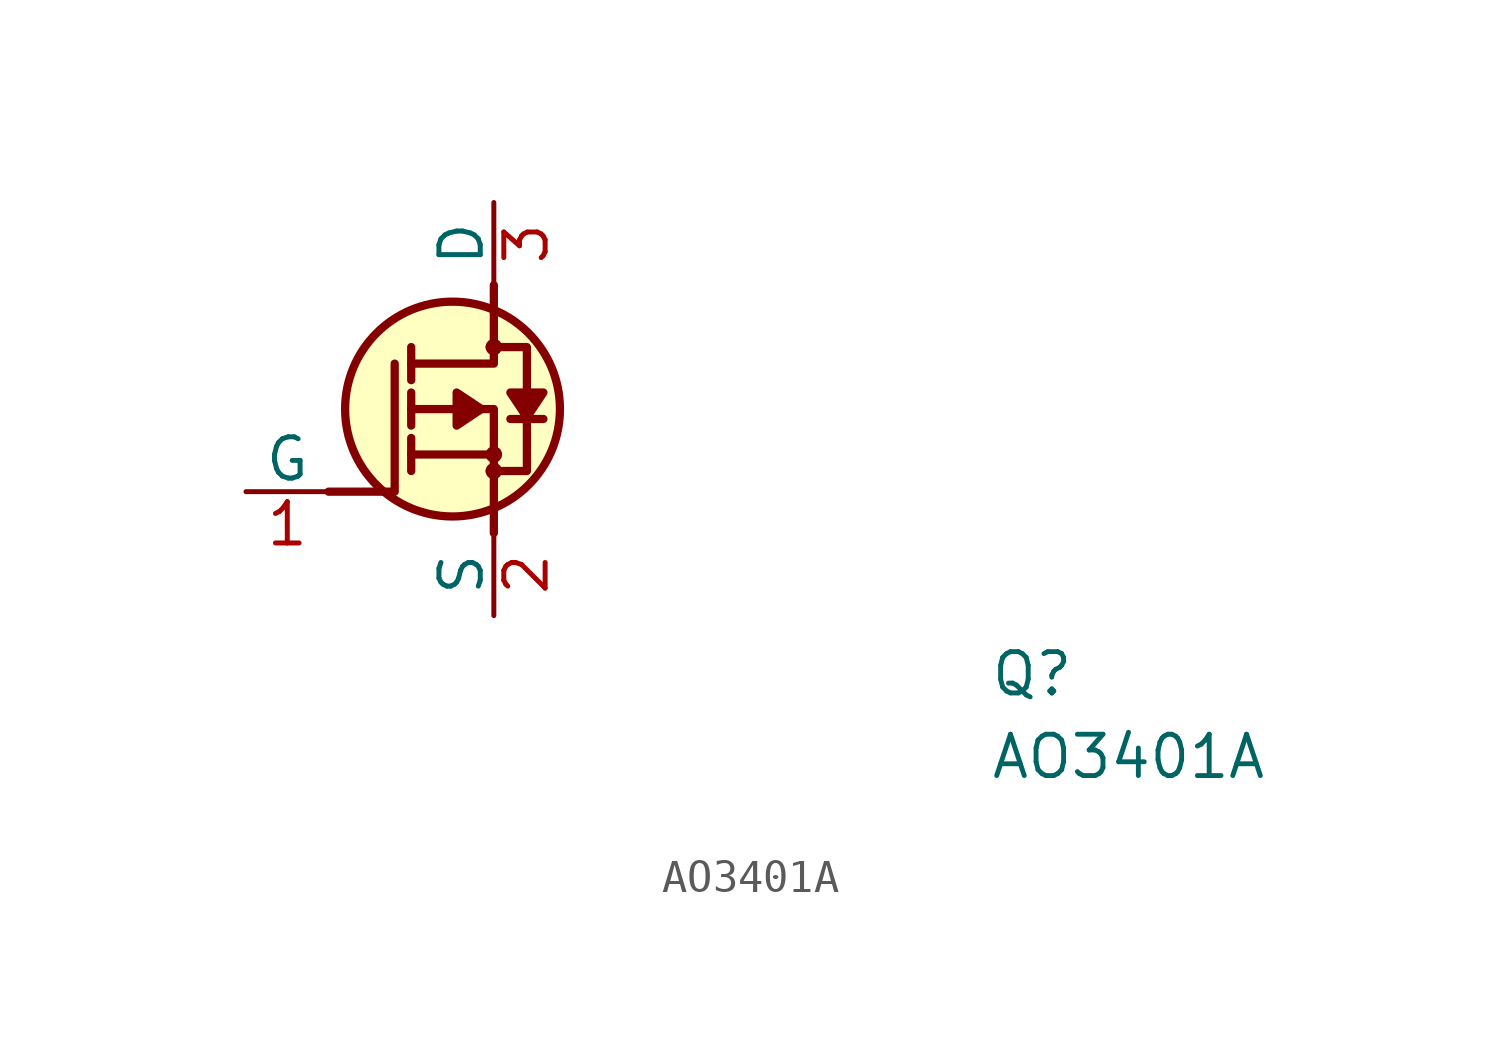
<source format=kicad_sym>
(kicad_symbol_lib
  (version 20211014)
  (generator kicad_symbol_editor)
  (symbol "AO3401A"
    (pin_names
      (offset 0))
    (property "Reference" "Q"
      (at 22.86 -6.35 0)
      (effects (font (size 1.27 1.27) (thickness 0.15)) (justify left bottom)))
    (property "Value" "AO3401A"
      (at 22.86 -8.89 0)
      (effects (font (size 1.27 1.27) (thickness 0.15)) (justify left bottom)))
    (symbol "AO3401A_1_1"
      (polyline (pts (xy 5.08 1.143) (xy 5.08 0.635)) (stroke (width 0.254) (type default) (color 0 0 0 0)) (fill (type background)))
      (polyline (pts (xy 5.08 1.143) (xy 5.08 1.651)) (stroke (width 0.254) (type default) (color 0 0 0 0)) (fill (type background)))
      (polyline (pts (xy 5.08 2.54) (xy 5.08 2.032)) (stroke (width 0.254) (type default) (color 0 0 0 0)) (fill (type background)))
      (polyline (pts (xy 5.08 2.54) (xy 5.08 3.048)) (stroke (width 0.254) (type default) (color 0 0 0 0)) (fill (type background)))
      (polyline (pts (xy 5.08 4.445) (xy 5.08 3.429)) (stroke (width 0.254) (type default) (color 0 0 0 0)) (fill (type background)))
      (polyline (pts (xy 7.62 1.143) (xy 5.08 1.143)) (stroke (width 0.254) (type default) (color 0 0 0 0)) (fill (type background)))
      (polyline (pts (xy 9.144 2.235) (xy 8.128 2.235)) (stroke (width 0.254) (type default) (color 0 0 0 0)) (fill (type background)))
      (polyline (pts (xy 2.54 0) (xy 4.572 0) (xy 4.572 3.937)) (stroke (width 0.254) (type default) (color 0 0 0 0)) (fill (type none)))
      (polyline (pts (xy 7.62 -1.27) (xy 7.62 2.54) (xy 5.08 2.54)) (stroke (width 0.254) (type default) (color 0 0 0 0)) (fill (type none)))
      (polyline (pts (xy 7.62 6.35) (xy 7.62 3.937) (xy 5.08 3.937)) (stroke (width 0.254) (type default) (color 0 0 0 0)) (fill (type none)))
      (polyline (pts (xy 7.239 2.54) (xy 6.477 3.048) (xy 6.477 2.032) (xy 7.239 2.54)) (stroke (width 0.254) (type default) (color 0 0 0 0)) (fill (type outline)))
      (polyline (pts (xy 8.636 2.286) (xy 8.128 3.048) (xy 9.144 3.048) (xy 8.636 2.286)) (stroke (width 0.254) (type default) (color 0 0 0 0)) (fill (type outline)))
      (polyline (pts (xy 7.493 0.635) (xy 8.636 0.635) (xy 8.636 3.937) (xy 8.636 4.445) (xy 7.493 4.445)) (stroke (width 0.254) (type default) (color 0 0 0 0)) (fill (type background)))
      (circle (center 6.35 2.54) (radius 3.302) (stroke (width 0.254) (type default) (color 0 0 0 0)) (fill (type background)))
      (circle (center 7.62 0.635) (radius 0.127) (stroke (width 0.254) (type default) (color 0 0 0 0)) (fill (type background)))
      (circle (center 7.62 1.143) (radius 0.127) (stroke (width 0.254) (type default) (color 0 0 0 0)) (fill (type background)))
      (circle (center 7.62 4.445) (radius 0.127) (stroke (width 0.254) (type default) (color 0 0 0 0)) (fill (type background)))
      (pin bidirectional line (at 0 0 0) (length 2.54) (name "G" (effects (font (size 1.27 1.27)))) (number "1" (effects (font (size 1.27 1.27)))))
      (pin bidirectional line (at 7.62 -3.81 90) (length 2.54) (name "S" (effects (font (size 1.27 1.27)))) (number "2" (effects (font (size 1.27 1.27)))))
      (pin bidirectional line (at 7.62 8.89 270) (length 2.54) (name "D" (effects (font (size 1.27 1.27)))) (number "3" (effects (font (size 1.27 1.27))))))))
</source>
